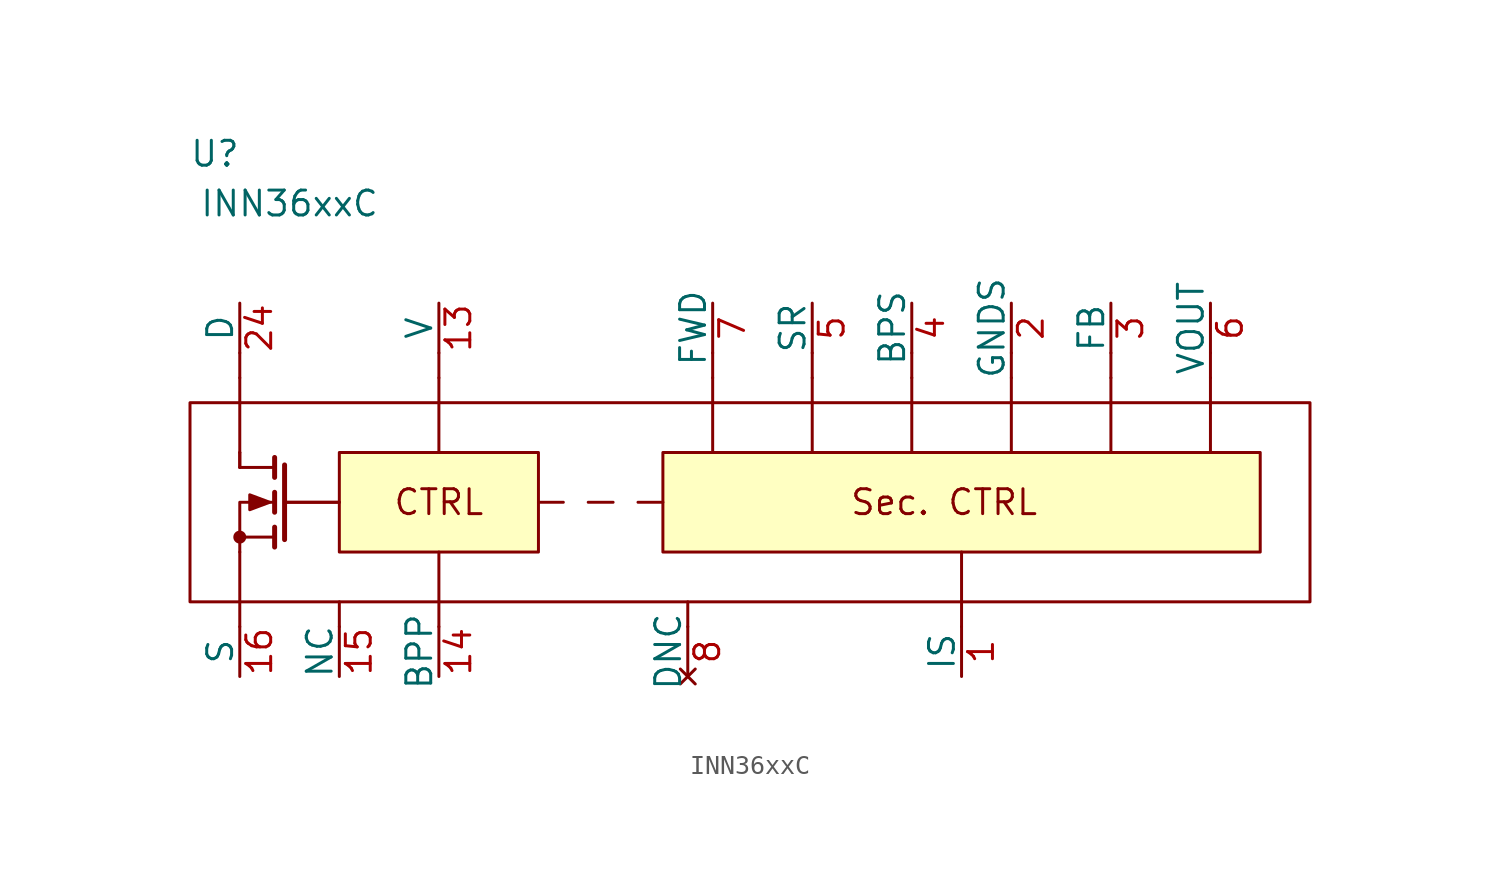
<source format=kicad_sym>
(kicad_symbol_lib
  (version 20211014)
  (generator kicad_symbol_editor)
  (symbol "INN36xxC"
    (pin_names
      (offset 0))
    (property "Reference" "U"
      (at -38.1 -5.08 0)
      (effects (font (size 1.27 1.27))))
    (property "Value" "INN36xxC"
      (at -34.29 -7.62 0)
      (effects (font (size 1.27 1.27))))
    (symbol "INN36xxC_0_0"
      (rectangle (start -31.75 -20.32) (end -21.59 -25.4) (stroke (width 0) (type default) (color 0 0 0 0)) (fill (type background)))
      (polyline (pts (xy -36.83 -29.21) (xy -36.83 -27.94)) (stroke (width 0) (type default) (color 0 0 0 0)) (fill (type none)))
      (polyline (pts (xy -36.83 -16.51) (xy -36.83 -17.78)) (stroke (width 0) (type default) (color 0 0 0 0)) (fill (type none)))
      (polyline (pts (xy -36.83 -15.24) (xy -36.83 -16.51)) (stroke (width 0) (type default) (color 0 0 0 0)) (fill (type none)))
      (polyline (pts (xy -31.75 -29.21) (xy -31.75 -27.94)) (stroke (width 0) (type default) (color 0 0 0 0)) (fill (type none)))
      (polyline (pts (xy -26.67 -29.21) (xy -26.67 -27.94)) (stroke (width 0) (type default) (color 0 0 0 0)) (fill (type none)))
      (polyline (pts (xy -26.67 -16.51) (xy -26.67 -17.78)) (stroke (width 0) (type default) (color 0 0 0 0)) (fill (type none)))
      (polyline (pts (xy -26.67 -15.24) (xy -26.67 -16.51)) (stroke (width 0) (type default) (color 0 0 0 0)) (fill (type none)))
      (polyline (pts (xy -21.59 -22.86) (xy -20.32 -22.86)) (stroke (width 0) (type default) (color 0 0 0 0)) (fill (type none)))
      (polyline (pts (xy -19.05 -22.86) (xy -17.78 -22.86)) (stroke (width 0) (type default) (color 0 0 0 0)) (fill (type none)))
      (polyline (pts (xy -16.51 -22.86) (xy -15.24 -22.86)) (stroke (width 0) (type default) (color 0 0 0 0)) (fill (type none)))
      (polyline (pts (xy -12.7 -17.78) (xy -12.7 -20.32)) (stroke (width 0) (type default) (color 0 0 0 0)) (fill (type none)))
      (polyline (pts (xy -12.7 -16.51) (xy -12.7 -17.78)) (stroke (width 0) (type default) (color 0 0 0 0)) (fill (type none)))
      (polyline (pts (xy -12.7 -15.24) (xy -12.7 -16.51)) (stroke (width 0) (type default) (color 0 0 0 0)) (fill (type none)))
      (polyline (pts (xy -7.62 -17.78) (xy -7.62 -20.32)) (stroke (width 0) (type default) (color 0 0 0 0)) (fill (type none)))
      (polyline (pts (xy -7.62 -16.51) (xy -7.62 -17.78)) (stroke (width 0) (type default) (color 0 0 0 0)) (fill (type none)))
      (polyline (pts (xy -7.62 -15.24) (xy -7.62 -16.51)) (stroke (width 0) (type default) (color 0 0 0 0)) (fill (type none)))
      (polyline (pts (xy -2.54 -17.78) (xy -2.54 -20.32)) (stroke (width 0) (type default) (color 0 0 0 0)) (fill (type none)))
      (polyline (pts (xy -2.54 -16.51) (xy -2.54 -17.78)) (stroke (width 0) (type default) (color 0 0 0 0)) (fill (type none)))
      (polyline (pts (xy -2.54 -15.24) (xy -2.54 -16.51)) (stroke (width 0) (type default) (color 0 0 0 0)) (fill (type none)))
      (polyline (pts (xy 0 -29.21) (xy 0 -27.94)) (stroke (width 0) (type default) (color 0 0 0 0)) (fill (type none)))
      (polyline (pts (xy 0 -27.94) (xy 0 -25.4)) (stroke (width 0) (type default) (color 0 0 0 0)) (fill (type none)))
      (polyline (pts (xy 2.54 -17.78) (xy 2.54 -20.32)) (stroke (width 0) (type default) (color 0 0 0 0)) (fill (type none)))
      (polyline (pts (xy 2.54 -16.51) (xy 2.54 -17.78)) (stroke (width 0) (type default) (color 0 0 0 0)) (fill (type none)))
      (polyline (pts (xy 2.54 -15.24) (xy 2.54 -16.51)) (stroke (width 0) (type default) (color 0 0 0 0)) (fill (type none)))
      (polyline (pts (xy 7.62 -17.78) (xy 7.62 -20.32)) (stroke (width 0) (type default) (color 0 0 0 0)) (fill (type none)))
      (polyline (pts (xy 7.62 -16.51) (xy 7.62 -17.78)) (stroke (width 0) (type default) (color 0 0 0 0)) (fill (type none)))
      (polyline (pts (xy 7.62 -15.24) (xy 7.62 -16.51)) (stroke (width 0) (type default) (color 0 0 0 0)) (fill (type none)))
      (polyline (pts (xy 12.7 -17.78) (xy 12.7 -20.32)) (stroke (width 0) (type default) (color 0 0 0 0)) (fill (type none)))
      (polyline (pts (xy 12.7 -16.51) (xy 12.7 -17.78)) (stroke (width 0) (type default) (color 0 0 0 0)) (fill (type none)))
      (polyline (pts (xy 12.7 -15.24) (xy 12.7 -16.51)) (stroke (width 0) (type default) (color 0 0 0 0)) (fill (type none)))
      (rectangle (start 15.24 -20.32) (end -15.24 -25.4) (stroke (width 0) (type default) (color 0 0 0 0)) (fill (type background)))
      (rectangle (start 17.78 -17.78) (end -39.37 -27.94) (stroke (width 0) (type default) (color 0 0 0 0)) (fill (type none)))
      (text "CTRL" (at -26.67 -22.86 0) (effects (font (size 1.27 1.27))))
      (text "Sec. CTRL" (at -0.889 -22.86 0) (effects (font (size 1.27 1.27)))))
    (symbol "INN36xxC_0_1"
      (polyline (pts (xy -36.83 -25.4) (xy -36.83 -27.94)) (stroke (width 0) (type default) (color 0 0 0 0)) (fill (type none)))
      (polyline (pts (xy -36.83 -24.638) (xy -35.052 -24.638)) (stroke (width 0) (type default) (color 0 0 0 0)) (fill (type none)))
      (polyline (pts (xy -36.83 -21.082) (xy -35.052 -21.082)) (stroke (width 0) (type default) (color 0 0 0 0)) (fill (type none)))
      (polyline (pts (xy -36.83 -17.78) (xy -36.83 -20.32)) (stroke (width 0) (type default) (color 0 0 0 0)) (fill (type none)))
      (polyline (pts (xy -26.67 -25.4) (xy -26.67 -27.94)) (stroke (width 0) (type default) (color 0 0 0 0)) (fill (type none)))
      (polyline (pts (xy -26.67 -17.78) (xy -26.67 -20.32)) (stroke (width 0) (type default) (color 0 0 0 0)) (fill (type none)))
      (polyline (pts (xy -13.97 -29.21) (xy -13.97 -27.94)) (stroke (width 0) (type default) (color 0 0 0 0)) (fill (type none))))
    (symbol "INN36xxC_1_1"
      (circle (center -36.83 -24.638) (radius 0.254) (stroke (width 0) (type default) (color 0 0 0 0)) (fill (type outline)))
      (polyline (pts (xy -36.83 -20.32) (xy -36.83 -21.082)) (stroke (width 0) (type default) (color 0 0 0 0)) (fill (type none)))
      (polyline (pts (xy -36.83 -20.32) (xy -36.83 -21.082)) (stroke (width 0) (type default) (color 0 0 0 0)) (fill (type none)))
      (polyline (pts (xy -35.052 -24.13) (xy -35.052 -25.146)) (stroke (width 0.254) (type default) (color 0 0 0 0)) (fill (type none)))
      (polyline (pts (xy -35.052 -22.352) (xy -35.052 -23.368)) (stroke (width 0.254) (type default) (color 0 0 0 0)) (fill (type none)))
      (polyline (pts (xy -35.052 -20.574) (xy -35.052 -21.59)) (stroke (width 0.254) (type default) (color 0 0 0 0)) (fill (type none)))
      (polyline (pts (xy -34.544 -22.86) (xy -31.75 -22.86)) (stroke (width 0) (type default) (color 0 0 0 0)) (fill (type none)))
      (polyline (pts (xy -34.544 -22.86) (xy -31.75 -22.86)) (stroke (width 0) (type default) (color 0 0 0 0)) (fill (type none)))
      (polyline (pts (xy -34.544 -20.955) (xy -34.544 -24.765)) (stroke (width 0.254) (type default) (color 0 0 0 0)) (fill (type none)))
      (polyline (pts (xy -36.83 -25.4) (xy -36.83 -22.86) (xy -35.052 -22.86)) (stroke (width 0) (type default) (color 0 0 0 0)) (fill (type none)))
      (polyline (pts (xy -35.306 -22.86) (xy -36.322 -22.479) (xy -36.322 -23.241) (xy -35.306 -22.86)) (stroke (width 0) (type default) (color 0 0 0 0)) (fill (type outline)))
      (pin passive line (at 0 -31.75 90) (length 2.54) (name "IS" (effects (font (size 1.27 1.27)))) (number "1" (effects (font (size 1.27 1.27)))))
      (pin no_connect line (at -5.08 -30.48 90) (length 2.54) hide (name "DNC" (effects (font (size 1.27 1.27)))) (number "10" (effects (font (size 1.27 1.27)))))
      (pin no_connect line (at -17.78 -30.48 90) (length 2.54) hide (name "DNC" (effects (font (size 1.27 1.27)))) (number "11" (effects (font (size 1.27 1.27)))))
      (pin no_connect line (at -21.59 -30.48 90) (length 2.54) hide (name "DNC" (effects (font (size 1.27 1.27)))) (number "12" (effects (font (size 1.27 1.27)))))
      (pin input line (at -26.67 -12.7 270) (length 2.54) (name "V" (effects (font (size 1.27 1.27)))) (number "13" (effects (font (size 1.27 1.27)))))
      (pin output line (at -26.67 -31.75 90) (length 2.54) (name "BPP" (effects (font (size 1.27 1.27)))) (number "14" (effects (font (size 1.27 1.27)))))
      (pin passive line (at -31.75 -31.75 90) (length 2.54) (name "NC" (effects (font (size 1.27 1.27)))) (number "15" (effects (font (size 1.27 1.27)))))
      (pin bidirectional line (at -36.83 -31.75 90) (length 2.54) (name "S" (effects (font (size 1.27 1.27)))) (number "16" (effects (font (size 1.27 1.27)))))
      (pin power_in line (at 2.54 -12.7 270) (length 2.54) (name "GNDS" (effects (font (size 1.27 1.27)))) (number "2" (effects (font (size 1.27 1.27)))))
      (pin bidirectional line (at -36.83 -12.7 270) (length 2.54) (name "D" (effects (font (size 1.27 1.27)))) (number "24" (effects (font (size 1.27 1.27)))))
      (pin input line (at 7.62 -12.7 270) (length 2.54) (name "FB" (effects (font (size 1.27 1.27)))) (number "3" (effects (font (size 1.27 1.27)))))
      (pin input line (at -2.54 -12.7 270) (length 2.54) (name "BPS" (effects (font (size 1.27 1.27)))) (number "4" (effects (font (size 1.27 1.27)))))
      (pin passive line (at -7.62 -12.7 270) (length 2.54) (name "SR" (effects (font (size 1.27 1.27)))) (number "5" (effects (font (size 1.27 1.27)))))
      (pin input line (at 12.7 -12.7 270) (length 2.54) (name "VOUT" (effects (font (size 1.27 1.27)))) (number "6" (effects (font (size 1.27 1.27)))))
      (pin input line (at -12.7 -12.7 270) (length 2.54) (name "FWD" (effects (font (size 1.27 1.27)))) (number "7" (effects (font (size 1.27 1.27)))))
      (pin no_connect line (at -13.97 -31.75 90) (length 2.54) (name "DNC" (effects (font (size 1.27 1.27)))) (number "8" (effects (font (size 1.27 1.27)))))
      (pin no_connect line (at -8.89 -30.48 90) (length 2.54) hide (name "DNC" (effects (font (size 1.27 1.27)))) (number "9" (effects (font (size 1.27 1.27))))))))
</source>
